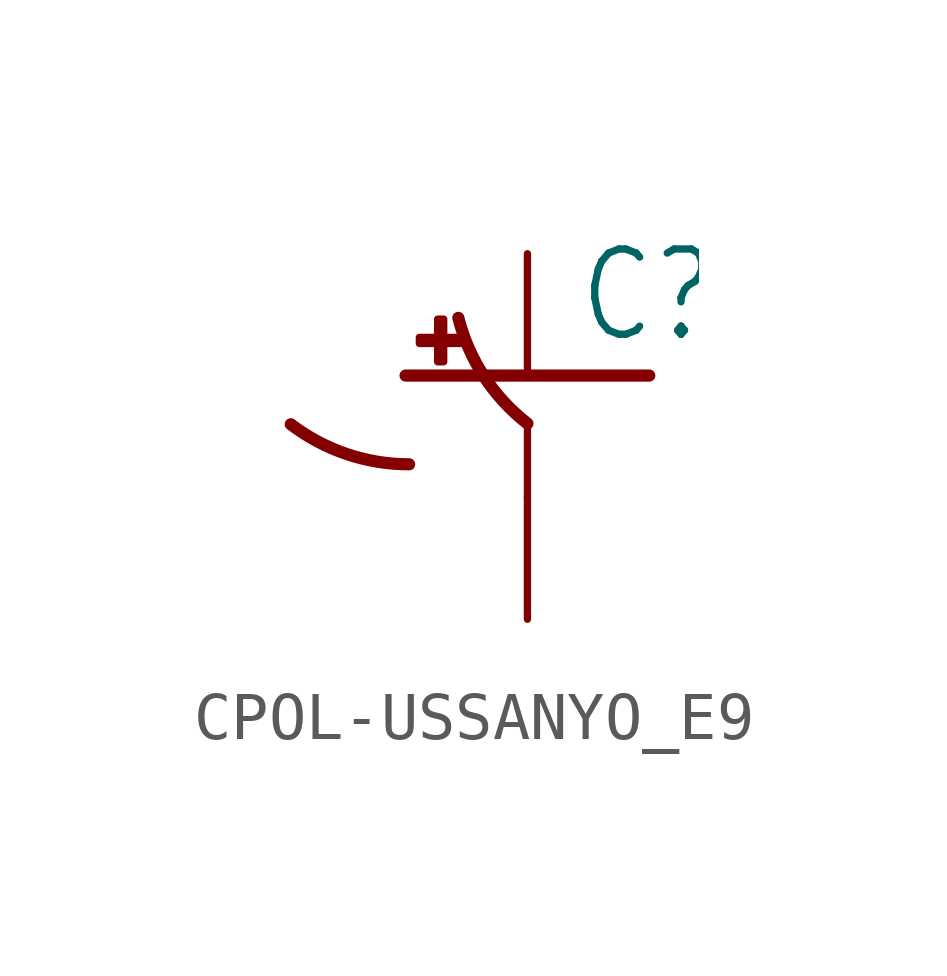
<source format=kicad_sym>
(kicad_symbol_lib
  (version 20241209)
  (generator "kicad_symbol_editor")
  (generator_version "9.0")
  (symbol "CPOL-USSANYO_E9"
    (property "Reference" "C"
      (at 1.016 0.635 0)
      (effects (font (size 1.778 1.511)) (justify left bottom)))
    (property "Value" ""
      (at 1.016 -4.191 0)
      (effects (font (size 1.778 1.511)) (justify left bottom)))
    (property "ki_locked" ""
      (at 0 0 0)
      (effects (font (size 1.27 1.27))))
    (symbol "CPOL-USSANYO_E9_1_0"
      (polyline (pts (xy -2.54 0) (xy 2.54 0)) (stroke (width 0.254) (type solid)) (fill (type none)))
      (arc (start -2.4669 -1.8504) (mid -3.7689 -1.6361) (end -4.9337 -1.0159) (stroke (width 0.254) (type solid)) (fill (type none)))
      (rectangle (start -2.253 0.668) (end -1.364 0.795) (stroke (width 0) (type default)) (fill (type outline)))
      (rectangle (start -1.872 0.287) (end -1.745 1.176) (stroke (width 0) (type default)) (fill (type outline)))
      (polyline (pts (xy 0 -1.016) (xy 0 -2.54)) (stroke (width 0.152) (type solid)) (fill (type none)))
      (arc (start 0 -1) (mid -0.9038 -0.0189) (end -1.4403 1.2025) (stroke (width 0.254) (type solid)) (fill (type none)))
      (pin passive line (at 0 2.54 270) (length 2.54) (name "+" (effects (font (size 0 0)))) (number "+" (effects (font (size 0 0)))))
      (pin passive line (at 0 -5.08 90) (length 2.54) (name "-" (effects (font (size 0 0)))) (number "-" (effects (font (size 0 0))))))))
</source>
